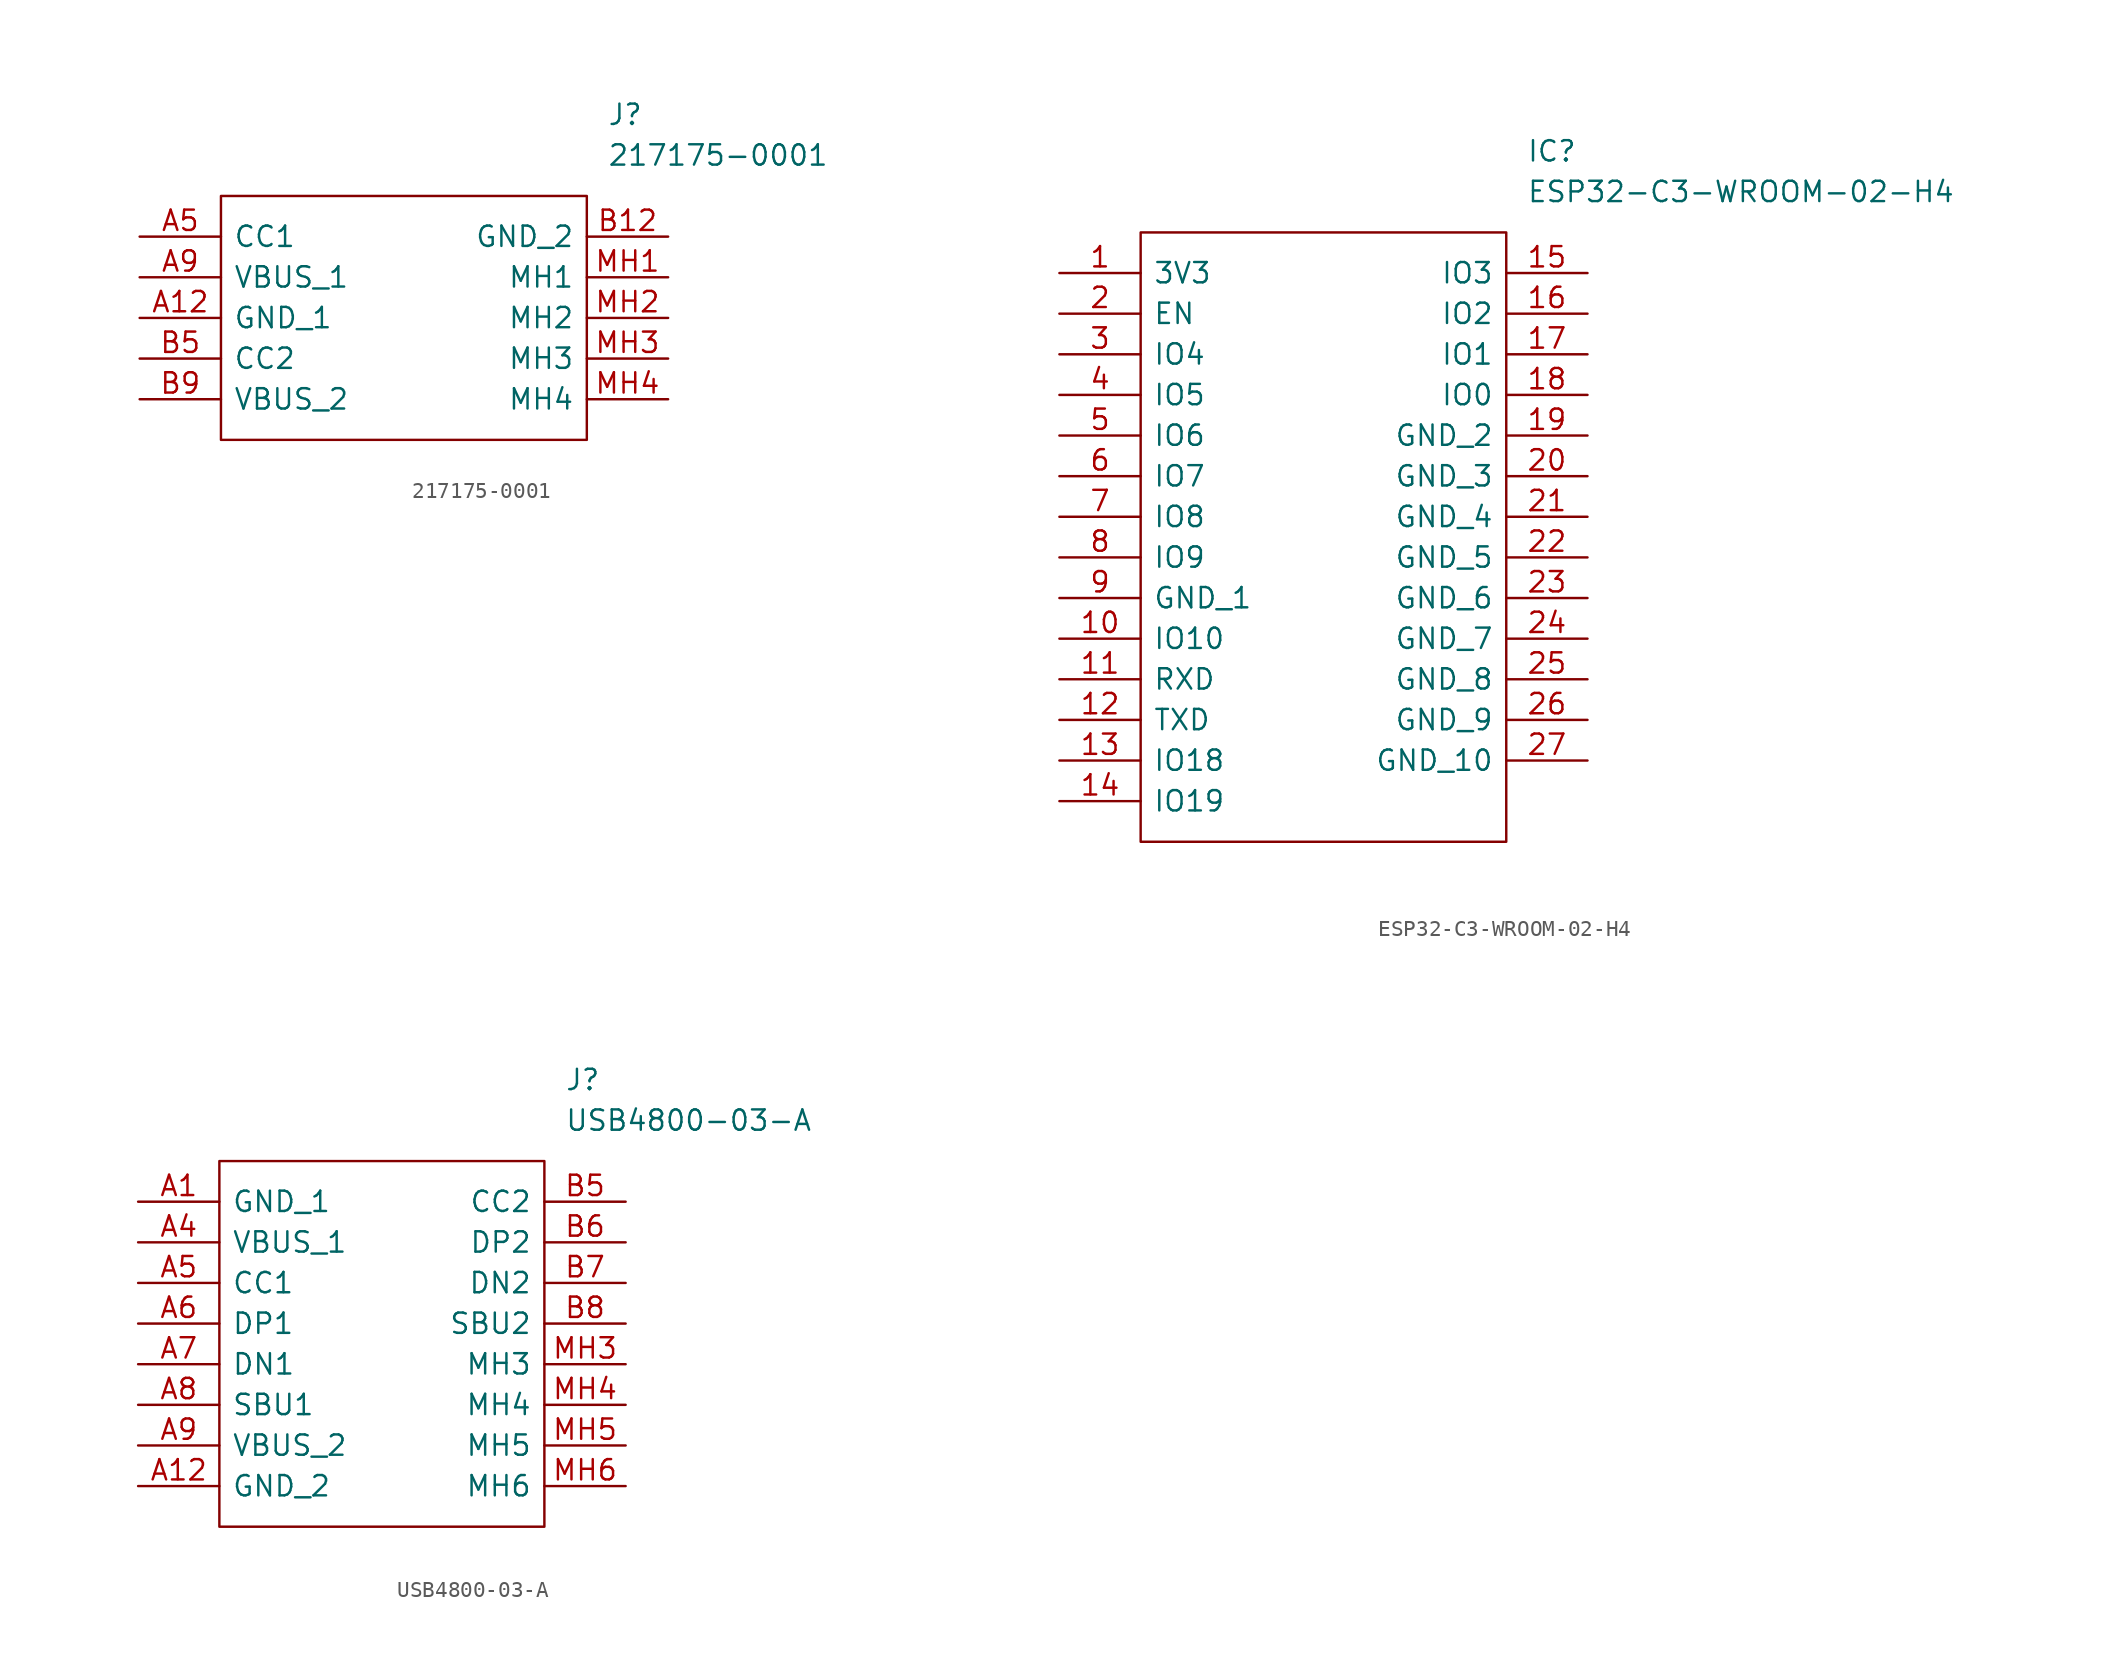
<source format=kicad_sym>
(kicad_symbol_lib
  (version 20220914)
  (generator kicad_symbol_editor)
  (symbol "217175-0001"
    (pin_names
      (offset 0.762))
    (property "Reference" "J"
      (at 29.21 7.62 0)
      (effects (font (size 1.27 1.27)) (justify left)))
    (property "Value" "217175-0001"
      (at 29.21 5.08 0)
      (effects (font (size 1.27 1.27)) (justify left)))
    (symbol "217175-0001_0_0"
      (pin passive line (at 0 -5.08 0) (length 5.08) (name "GND_1" (effects (font (size 1.27 1.27)))) (number "A12" (effects (font (size 1.27 1.27)))))
      (pin passive line (at 0 0 0) (length 5.08) (name "CC1" (effects (font (size 1.27 1.27)))) (number "A5" (effects (font (size 1.27 1.27)))))
      (pin passive line (at 0 -2.54 0) (length 5.08) (name "VBUS_1" (effects (font (size 1.27 1.27)))) (number "A9" (effects (font (size 1.27 1.27)))))
      (pin passive line (at 33.02 0 180) (length 5.08) (name "GND_2" (effects (font (size 1.27 1.27)))) (number "B12" (effects (font (size 1.27 1.27)))))
      (pin passive line (at 0 -7.62 0) (length 5.08) (name "CC2" (effects (font (size 1.27 1.27)))) (number "B5" (effects (font (size 1.27 1.27)))))
      (pin passive line (at 0 -10.16 0) (length 5.08) (name "VBUS_2" (effects (font (size 1.27 1.27)))) (number "B9" (effects (font (size 1.27 1.27)))))
      (pin passive line (at 33.02 -2.54 180) (length 5.08) (name "MH1" (effects (font (size 1.27 1.27)))) (number "MH1" (effects (font (size 1.27 1.27)))))
      (pin passive line (at 33.02 -5.08 180) (length 5.08) (name "MH2" (effects (font (size 1.27 1.27)))) (number "MH2" (effects (font (size 1.27 1.27)))))
      (pin passive line (at 33.02 -7.62 180) (length 5.08) (name "MH3" (effects (font (size 1.27 1.27)))) (number "MH3" (effects (font (size 1.27 1.27)))))
      (pin passive line (at 33.02 -10.16 180) (length 5.08) (name "MH4" (effects (font (size 1.27 1.27)))) (number "MH4" (effects (font (size 1.27 1.27))))))
    (symbol "217175-0001_0_1"
      (polyline (pts (xy 5.08 2.54) (xy 27.94 2.54) (xy 27.94 -12.7) (xy 5.08 -12.7) (xy 5.08 2.54)) (stroke (width 0.152) (type solid)) (fill (type none)))))
  (symbol "ESP32-C3-WROOM-02-H4"
    (pin_names
      (offset 0.762))
    (property "Reference" "IC"
      (at 29.21 7.62 0)
      (effects (font (size 1.27 1.27)) (justify left)))
    (property "Value" "ESP32-C3-WROOM-02-H4"
      (at 29.21 5.08 0)
      (effects (font (size 1.27 1.27)) (justify left)))
    (symbol "ESP32-C3-WROOM-02-H4_0_0"
      (pin passive line (at 0 0 0) (length 5.08) (name "3V3" (effects (font (size 1.27 1.27)))) (number "1" (effects (font (size 1.27 1.27)))))
      (pin passive line (at 0 -22.86 0) (length 5.08) (name "IO10" (effects (font (size 1.27 1.27)))) (number "10" (effects (font (size 1.27 1.27)))))
      (pin passive line (at 0 -25.4 0) (length 5.08) (name "RXD" (effects (font (size 1.27 1.27)))) (number "11" (effects (font (size 1.27 1.27)))))
      (pin passive line (at 0 -27.94 0) (length 5.08) (name "TXD" (effects (font (size 1.27 1.27)))) (number "12" (effects (font (size 1.27 1.27)))))
      (pin passive line (at 0 -30.48 0) (length 5.08) (name "IO18" (effects (font (size 1.27 1.27)))) (number "13" (effects (font (size 1.27 1.27)))))
      (pin passive line (at 0 -33.02 0) (length 5.08) (name "IO19" (effects (font (size 1.27 1.27)))) (number "14" (effects (font (size 1.27 1.27)))))
      (pin passive line (at 33.02 0 180) (length 5.08) (name "IO3" (effects (font (size 1.27 1.27)))) (number "15" (effects (font (size 1.27 1.27)))))
      (pin passive line (at 33.02 -2.54 180) (length 5.08) (name "IO2" (effects (font (size 1.27 1.27)))) (number "16" (effects (font (size 1.27 1.27)))))
      (pin passive line (at 33.02 -5.08 180) (length 5.08) (name "IO1" (effects (font (size 1.27 1.27)))) (number "17" (effects (font (size 1.27 1.27)))))
      (pin passive line (at 33.02 -7.62 180) (length 5.08) (name "IO0" (effects (font (size 1.27 1.27)))) (number "18" (effects (font (size 1.27 1.27)))))
      (pin passive line (at 33.02 -10.16 180) (length 5.08) (name "GND_2" (effects (font (size 1.27 1.27)))) (number "19" (effects (font (size 1.27 1.27)))))
      (pin passive line (at 0 -2.54 0) (length 5.08) (name "EN" (effects (font (size 1.27 1.27)))) (number "2" (effects (font (size 1.27 1.27)))))
      (pin passive line (at 33.02 -12.7 180) (length 5.08) (name "GND_3" (effects (font (size 1.27 1.27)))) (number "20" (effects (font (size 1.27 1.27)))))
      (pin passive line (at 33.02 -15.24 180) (length 5.08) (name "GND_4" (effects (font (size 1.27 1.27)))) (number "21" (effects (font (size 1.27 1.27)))))
      (pin passive line (at 33.02 -17.78 180) (length 5.08) (name "GND_5" (effects (font (size 1.27 1.27)))) (number "22" (effects (font (size 1.27 1.27)))))
      (pin passive line (at 33.02 -20.32 180) (length 5.08) (name "GND_6" (effects (font (size 1.27 1.27)))) (number "23" (effects (font (size 1.27 1.27)))))
      (pin passive line (at 33.02 -22.86 180) (length 5.08) (name "GND_7" (effects (font (size 1.27 1.27)))) (number "24" (effects (font (size 1.27 1.27)))))
      (pin passive line (at 33.02 -25.4 180) (length 5.08) (name "GND_8" (effects (font (size 1.27 1.27)))) (number "25" (effects (font (size 1.27 1.27)))))
      (pin passive line (at 33.02 -27.94 180) (length 5.08) (name "GND_9" (effects (font (size 1.27 1.27)))) (number "26" (effects (font (size 1.27 1.27)))))
      (pin passive line (at 33.02 -30.48 180) (length 5.08) (name "GND_10" (effects (font (size 1.27 1.27)))) (number "27" (effects (font (size 1.27 1.27)))))
      (pin passive line (at 0 -5.08 0) (length 5.08) (name "IO4" (effects (font (size 1.27 1.27)))) (number "3" (effects (font (size 1.27 1.27)))))
      (pin passive line (at 0 -7.62 0) (length 5.08) (name "IO5" (effects (font (size 1.27 1.27)))) (number "4" (effects (font (size 1.27 1.27)))))
      (pin passive line (at 0 -10.16 0) (length 5.08) (name "IO6" (effects (font (size 1.27 1.27)))) (number "5" (effects (font (size 1.27 1.27)))))
      (pin passive line (at 0 -12.7 0) (length 5.08) (name "IO7" (effects (font (size 1.27 1.27)))) (number "6" (effects (font (size 1.27 1.27)))))
      (pin passive line (at 0 -15.24 0) (length 5.08) (name "IO8" (effects (font (size 1.27 1.27)))) (number "7" (effects (font (size 1.27 1.27)))))
      (pin passive line (at 0 -17.78 0) (length 5.08) (name "IO9" (effects (font (size 1.27 1.27)))) (number "8" (effects (font (size 1.27 1.27)))))
      (pin passive line (at 0 -20.32 0) (length 5.08) (name "GND_1" (effects (font (size 1.27 1.27)))) (number "9" (effects (font (size 1.27 1.27))))))
    (symbol "ESP32-C3-WROOM-02-H4_0_1"
      (polyline (pts (xy 5.08 2.54) (xy 27.94 2.54) (xy 27.94 -35.56) (xy 5.08 -35.56) (xy 5.08 2.54)) (stroke (width 0.152) (type solid)) (fill (type none)))))
  (symbol "USB4800-03-A"
    (pin_names
      (offset 0.762))
    (property "Reference" "J"
      (at 26.67 7.62 0)
      (effects (font (size 1.27 1.27)) (justify left)))
    (property "Value" "USB4800-03-A"
      (at 26.67 5.08 0)
      (effects (font (size 1.27 1.27)) (justify left)))
    (symbol "USB4800-03-A_0_0"
      (pin passive line (at 0 0 0) (length 5.08) (name "GND_1" (effects (font (size 1.27 1.27)))) (number "A1" (effects (font (size 1.27 1.27)))))
      (pin passive line (at 0 -17.78 0) (length 5.08) (name "GND_2" (effects (font (size 1.27 1.27)))) (number "A12" (effects (font (size 1.27 1.27)))))
      (pin passive line (at 0 -2.54 0) (length 5.08) (name "VBUS_1" (effects (font (size 1.27 1.27)))) (number "A4" (effects (font (size 1.27 1.27)))))
      (pin passive line (at 0 -5.08 0) (length 5.08) (name "CC1" (effects (font (size 1.27 1.27)))) (number "A5" (effects (font (size 1.27 1.27)))))
      (pin passive line (at 0 -7.62 0) (length 5.08) (name "DP1" (effects (font (size 1.27 1.27)))) (number "A6" (effects (font (size 1.27 1.27)))))
      (pin passive line (at 0 -10.16 0) (length 5.08) (name "DN1" (effects (font (size 1.27 1.27)))) (number "A7" (effects (font (size 1.27 1.27)))))
      (pin passive line (at 0 -12.7 0) (length 5.08) (name "SBU1" (effects (font (size 1.27 1.27)))) (number "A8" (effects (font (size 1.27 1.27)))))
      (pin passive line (at 0 -15.24 0) (length 5.08) (name "VBUS_2" (effects (font (size 1.27 1.27)))) (number "A9" (effects (font (size 1.27 1.27)))))
      (pin passive line (at 30.48 0 180) (length 5.08) (name "CC2" (effects (font (size 1.27 1.27)))) (number "B5" (effects (font (size 1.27 1.27)))))
      (pin passive line (at 30.48 -2.54 180) (length 5.08) (name "DP2" (effects (font (size 1.27 1.27)))) (number "B6" (effects (font (size 1.27 1.27)))))
      (pin passive line (at 30.48 -5.08 180) (length 5.08) (name "DN2" (effects (font (size 1.27 1.27)))) (number "B7" (effects (font (size 1.27 1.27)))))
      (pin passive line (at 30.48 -7.62 180) (length 5.08) (name "SBU2" (effects (font (size 1.27 1.27)))) (number "B8" (effects (font (size 1.27 1.27)))))
      (pin passive line (at 30.48 -10.16 180) (length 5.08) (name "MH3" (effects (font (size 1.27 1.27)))) (number "MH3" (effects (font (size 1.27 1.27)))))
      (pin passive line (at 30.48 -12.7 180) (length 5.08) (name "MH4" (effects (font (size 1.27 1.27)))) (number "MH4" (effects (font (size 1.27 1.27)))))
      (pin passive line (at 30.48 -15.24 180) (length 5.08) (name "MH5" (effects (font (size 1.27 1.27)))) (number "MH5" (effects (font (size 1.27 1.27)))))
      (pin passive line (at 30.48 -17.78 180) (length 5.08) (name "MH6" (effects (font (size 1.27 1.27)))) (number "MH6" (effects (font (size 1.27 1.27))))))
    (symbol "USB4800-03-A_0_1"
      (polyline (pts (xy 5.08 2.54) (xy 25.4 2.54) (xy 25.4 -20.32) (xy 5.08 -20.32) (xy 5.08 2.54)) (stroke (width 0.152) (type solid)) (fill (type none))))))
</source>
